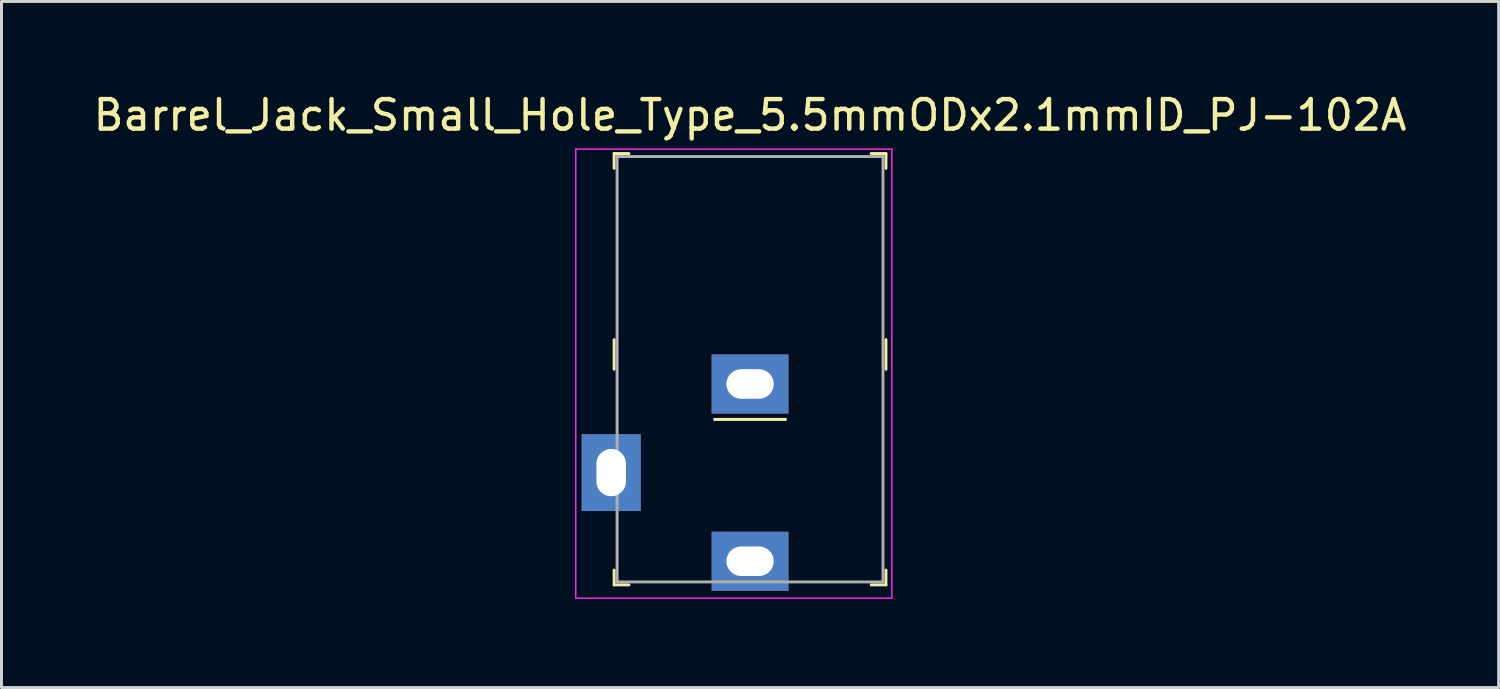
<source format=kicad_pcb>
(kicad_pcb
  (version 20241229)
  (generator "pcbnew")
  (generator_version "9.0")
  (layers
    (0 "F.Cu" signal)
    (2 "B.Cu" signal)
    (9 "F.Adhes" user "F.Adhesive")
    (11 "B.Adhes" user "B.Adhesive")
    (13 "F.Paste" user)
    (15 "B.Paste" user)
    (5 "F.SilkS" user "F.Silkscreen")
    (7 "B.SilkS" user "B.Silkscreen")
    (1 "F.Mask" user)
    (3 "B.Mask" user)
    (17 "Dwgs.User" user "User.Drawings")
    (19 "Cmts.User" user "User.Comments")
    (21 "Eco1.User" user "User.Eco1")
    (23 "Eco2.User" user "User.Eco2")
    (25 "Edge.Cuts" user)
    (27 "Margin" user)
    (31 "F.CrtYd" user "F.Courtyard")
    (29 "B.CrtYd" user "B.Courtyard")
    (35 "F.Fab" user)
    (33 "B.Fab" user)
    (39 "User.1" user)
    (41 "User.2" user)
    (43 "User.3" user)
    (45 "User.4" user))
  (footprint "Barrel_Jack_Small_Hole_Type_5.5mmODx2.1mmID_PJ-102A"
    (layer "F.Cu")
    (at 22.339 12.948)
    (property "Reference" "Barrel_Jack_Small_Hole_Type_5.5mmODx2.1mmID_PJ-102A" (at 0 -12.1 0) (layer "F.SilkS") (effects (font (size 1 1) (thickness 0.15))))
    (attr through_hole)
    (fp_line (start -4.6 -10.8) (end -4.6 -10.3) (stroke (width 0.1) (type solid)) (layer "F.SilkS"))
    (fp_line (start -4.6 -10.8) (end -4.1 -10.8) (stroke (width 0.1) (type solid)) (layer "F.SilkS"))
    (fp_line (start -4.6 -3.5) (end -4.6 -4.5) (stroke (width 0.1) (type solid)) (layer "F.SilkS"))
    (fp_line (start -4.6 3.8) (end -4.6 3.3) (stroke (width 0.1) (type solid)) (layer "F.SilkS"))
    (fp_line (start -4.6 3.8) (end -4.1 3.8) (stroke (width 0.1) (type solid)) (layer "F.SilkS"))
    (fp_line (start -1.2 -1.8) (end 1.2 -1.8) (stroke (width 0.1) (type solid)) (layer "F.SilkS"))
    (fp_line (start 4.6 -10.8) (end 4.1 -10.8) (stroke (width 0.1) (type solid)) (layer "F.SilkS"))
    (fp_line (start 4.6 -10.8) (end 4.6 -10.3) (stroke (width 0.1) (type solid)) (layer "F.SilkS"))
    (fp_line (start 4.6 -3.5) (end 4.6 -4.5) (stroke (width 0.1) (type solid)) (layer "F.SilkS"))
    (fp_line (start 4.6 3.8) (end 4.1 3.8) (stroke (width 0.1) (type solid)) (layer "F.SilkS"))
    (fp_line (start 4.6 3.8) (end 4.6 3.3) (stroke (width 0.1) (type solid)) (layer "F.SilkS"))
    (fp_line (start -5.9 -10.95) (end -5.9 4.25) (stroke (width 0.05) (type solid)) (layer "F.CrtYd"))
    (fp_line (start -5.9 -10.95) (end 4.8 -10.95) (stroke (width 0.05) (type solid)) (layer "F.CrtYd"))
    (fp_line (start -5.9 4.25) (end 4.8 4.25) (stroke (width 0.05) (type solid)) (layer "F.CrtYd"))
    (fp_line (start 4.8 -10.95) (end 4.8 4.25) (stroke (width 0.05) (type solid)) (layer "F.CrtYd"))
    (fp_line (start -4.5 -10.7) (end 4.5 -10.7) (stroke (width 0.1) (type solid)) (layer "F.Fab"))
    (fp_line (start -4.5 3.7) (end -4.5 -10.7) (stroke (width 0.1) (type solid)) (layer "F.Fab"))
    (fp_line (start -4.5 3.7) (end 4.5 3.7) (stroke (width 0.1) (type solid)) (layer "F.Fab"))
    (fp_line (start 4.5 3.7) (end 4.5 -10.7) (stroke (width 0.1) (type solid)) (layer "F.Fab"))
    (pad "1" thru_hole rect (at 0 3) (size 2.6 2) (drill oval 1.6 1) (layers "*.Cu" "*.Mask"))
    (pad "2" thru_hole rect (at 0 -3) (size 2.6 2) (drill oval 1.6 1) (layers "*.Cu" "*.Mask"))
    (pad "3" thru_hole rect (at -4.7 0) (size 2 2.6) (drill oval 1 1.6) (layers "*.Cu" "*.Mask")))
  (gr_rect
    (start -3 -3)
    (end 47.679 20.223)
    (stroke (width 0.1) (type default))
    (fill no)
    (layer "Edge.Cuts")))
</source>
